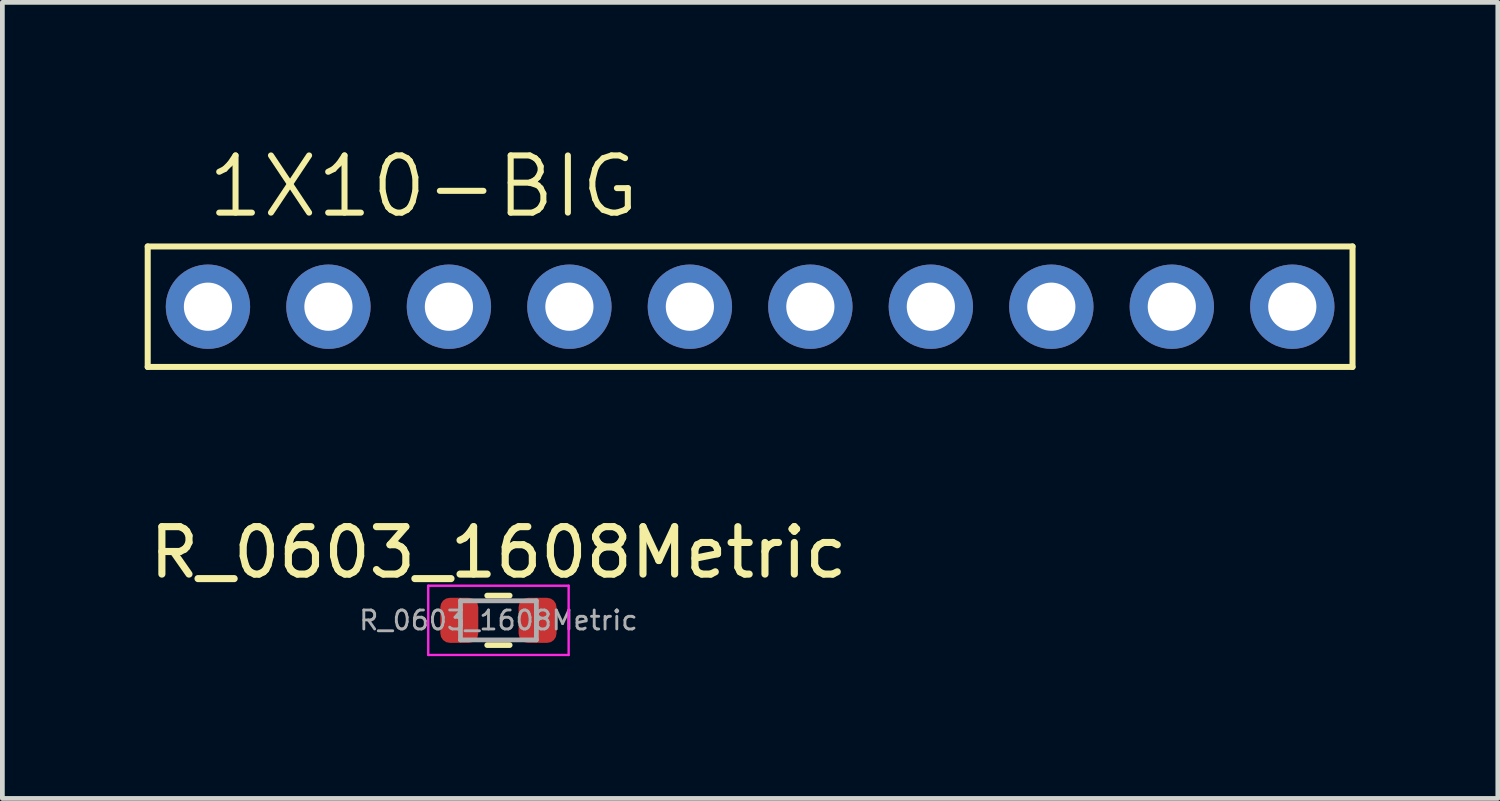
<source format=kicad_pcb>
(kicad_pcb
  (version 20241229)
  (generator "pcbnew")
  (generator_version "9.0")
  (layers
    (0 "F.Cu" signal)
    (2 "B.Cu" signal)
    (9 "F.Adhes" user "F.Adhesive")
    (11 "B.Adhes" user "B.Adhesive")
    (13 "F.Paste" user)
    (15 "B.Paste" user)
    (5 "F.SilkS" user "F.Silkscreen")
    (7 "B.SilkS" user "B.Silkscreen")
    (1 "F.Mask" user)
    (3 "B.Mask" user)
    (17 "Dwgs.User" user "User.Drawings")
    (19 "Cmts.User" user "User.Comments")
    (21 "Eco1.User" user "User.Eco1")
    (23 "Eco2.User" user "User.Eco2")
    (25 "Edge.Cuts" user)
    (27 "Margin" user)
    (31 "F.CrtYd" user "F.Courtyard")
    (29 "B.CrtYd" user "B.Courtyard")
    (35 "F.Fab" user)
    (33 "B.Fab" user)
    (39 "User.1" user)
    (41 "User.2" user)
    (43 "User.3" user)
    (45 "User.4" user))
  (footprint "R_0603_1608Metric"
    (layer "F.Cu")
    (at 7.458 10.028)
    (property "Reference" "R_0603_1608Metric" (at 0 -1.43 0) (layer "F.SilkS") (effects (font (size 1 1) (thickness 0.15))))
    (attr smd)
    (fp_line (start -0.237 -0.522) (end 0.237 -0.522) (stroke (width 0.12) (type solid)) (layer "F.SilkS"))
    (fp_line (start -0.237 0.522) (end 0.237 0.522) (stroke (width 0.12) (type solid)) (layer "F.SilkS"))
    (fp_line (start -1.48 -0.73) (end 1.48 -0.73) (stroke (width 0.05) (type solid)) (layer "F.CrtYd"))
    (fp_line (start -1.48 0.73) (end -1.48 -0.73) (stroke (width 0.05) (type solid)) (layer "F.CrtYd"))
    (fp_line (start 1.48 -0.73) (end 1.48 0.73) (stroke (width 0.05) (type solid)) (layer "F.CrtYd"))
    (fp_line (start 1.48 0.73) (end -1.48 0.73) (stroke (width 0.05) (type solid)) (layer "F.CrtYd"))
    (fp_line (start -0.8 -0.412) (end 0.8 -0.412) (stroke (width 0.1) (type solid)) (layer "F.Fab"))
    (fp_line (start -0.8 0.412) (end -0.8 -0.412) (stroke (width 0.1) (type solid)) (layer "F.Fab"))
    (fp_line (start 0.8 -0.412) (end 0.8 0.412) (stroke (width 0.1) (type solid)) (layer "F.Fab"))
    (fp_line (start 0.8 0.412) (end -0.8 0.412) (stroke (width 0.1) (type solid)) (layer "F.Fab"))
    (fp_text user "${REFERENCE}" (at 0 0 0) (layer "F.Fab") (effects (font (size 0.4 0.4) (thickness 0.06))))
    (pad "1" smd roundrect (at -0.825 0) (size 0.8 0.95) (layers "F.Cu" "F.Mask" "F.Paste") (roundrect_rratio 0.25))
    (pad "2" smd roundrect (at 0.825 0) (size 0.8 0.95) (layers "F.Cu" "F.Mask" "F.Paste") (roundrect_rratio 0.25)))
  (footprint "1X10-BIG"
    (layer "F.Cu")
    (at 12.764 3.416)
    (property "Reference" "1X10-BIG" (at -11.506 -1.829 0) (layer "F.SilkS") (effects (font (size 1.206 1.206) (thickness 0.127)) (justify left bottom)))
    (attr through_hole)
    (fp_line (start -12.7 -1.27) (end 12.7 -1.27) (stroke (width 0.127) (type solid)) (layer "F.SilkS"))
    (fp_line (start -12.7 1.27) (end -12.7 -1.27) (stroke (width 0.127) (type solid)) (layer "F.SilkS"))
    (fp_line (start 12.7 -1.27) (end 12.7 1.27) (stroke (width 0.127) (type solid)) (layer "F.SilkS"))
    (fp_line (start 12.7 1.27) (end -12.7 1.27) (stroke (width 0.127) (type solid)) (layer "F.SilkS"))
    (fp_poly (pts (xy -11.684 0.254) (xy -11.176 0.254) (xy -11.176 -0.254) (xy -11.684 -0.254)) (stroke (width 0.1) (type solid)) (fill no) (layer "F.Fab"))
    (fp_poly (pts (xy -9.144 0.254) (xy -8.636 0.254) (xy -8.636 -0.254) (xy -9.144 -0.254)) (stroke (width 0.1) (type solid)) (fill no) (layer "F.Fab"))
    (fp_poly (pts (xy -6.604 0.254) (xy -6.096 0.254) (xy -6.096 -0.254) (xy -6.604 -0.254)) (stroke (width 0.1) (type solid)) (fill no) (layer "F.Fab"))
    (fp_poly (pts (xy -4.064 0.254) (xy -3.556 0.254) (xy -3.556 -0.254) (xy -4.064 -0.254)) (stroke (width 0.1) (type solid)) (fill no) (layer "F.Fab"))
    (fp_poly (pts (xy -1.524 0.254) (xy -1.016 0.254) (xy -1.016 -0.254) (xy -1.524 -0.254)) (stroke (width 0.1) (type solid)) (fill no) (layer "F.Fab"))
    (fp_poly (pts (xy 1.016 0.254) (xy 1.524 0.254) (xy 1.524 -0.254) (xy 1.016 -0.254)) (stroke (width 0.1) (type solid)) (fill no) (layer "F.Fab"))
    (fp_poly (pts (xy 3.556 0.254) (xy 4.064 0.254) (xy 4.064 -0.254) (xy 3.556 -0.254)) (stroke (width 0.1) (type solid)) (fill no) (layer "F.Fab"))
    (fp_poly (pts (xy 6.096 0.254) (xy 6.604 0.254) (xy 6.604 -0.254) (xy 6.096 -0.254)) (stroke (width 0.1) (type solid)) (fill no) (layer "F.Fab"))
    (fp_poly (pts (xy 8.636 0.254) (xy 9.144 0.254) (xy 9.144 -0.254) (xy 8.636 -0.254)) (stroke (width 0.1) (type solid)) (fill no) (layer "F.Fab"))
    (fp_poly (pts (xy 11.176 0.254) (xy 11.684 0.254) (xy 11.684 -0.254) (xy 11.176 -0.254)) (stroke (width 0.1) (type solid)) (fill no) (layer "F.Fab"))
    (pad "1" thru_hole circle (at -11.43 0 90) (size 1.778 1.778) (drill 1.016) (layers "*.Cu" "*.Mask"))
    (pad "2" thru_hole circle (at -8.89 0 90) (size 1.778 1.778) (drill 1.016) (layers "*.Cu" "*.Mask"))
    (pad "3" thru_hole circle (at -6.35 0 90) (size 1.778 1.778) (drill 1.016) (layers "*.Cu" "*.Mask"))
    (pad "4" thru_hole circle (at -3.81 0 90) (size 1.778 1.778) (drill 1.016) (layers "*.Cu" "*.Mask"))
    (pad "5" thru_hole circle (at -1.27 0 90) (size 1.778 1.778) (drill 1.016) (layers "*.Cu" "*.Mask"))
    (pad "6" thru_hole circle (at 1.27 0 90) (size 1.778 1.778) (drill 1.016) (layers "*.Cu" "*.Mask"))
    (pad "7" thru_hole circle (at 3.81 0 90) (size 1.778 1.778) (drill 1.016) (layers "*.Cu" "*.Mask"))
    (pad "8" thru_hole circle (at 6.35 0 90) (size 1.778 1.778) (drill 1.016) (layers "*.Cu" "*.Mask"))
    (pad "9" thru_hole circle (at 8.89 0 90) (size 1.778 1.778) (drill 1.016) (layers "*.Cu" "*.Mask"))
    (pad "10" thru_hole circle (at 11.43 0 90) (size 1.778 1.778) (drill 1.016) (layers "*.Cu" "*.Mask")))
  (gr_rect
    (start -3 -3)
    (end 28.527 13.783)
    (stroke (width 0.1) (type default))
    (fill no)
    (layer "Edge.Cuts")))
</source>
